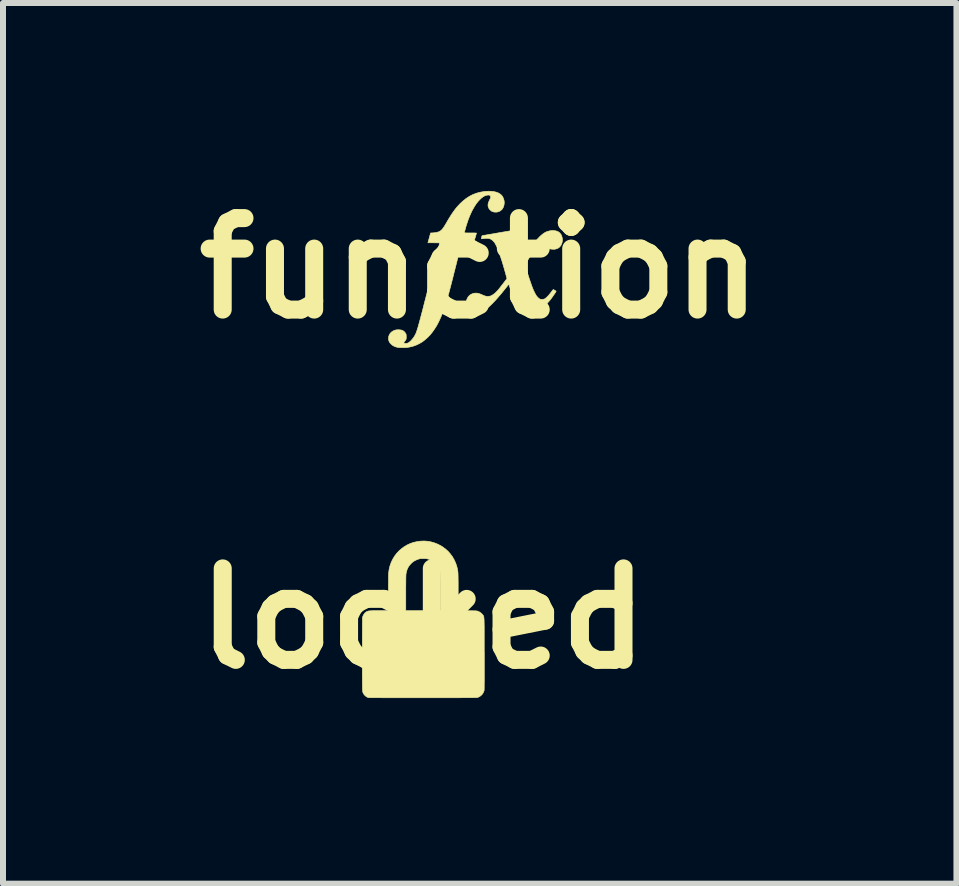
<source format=kicad_pcb>
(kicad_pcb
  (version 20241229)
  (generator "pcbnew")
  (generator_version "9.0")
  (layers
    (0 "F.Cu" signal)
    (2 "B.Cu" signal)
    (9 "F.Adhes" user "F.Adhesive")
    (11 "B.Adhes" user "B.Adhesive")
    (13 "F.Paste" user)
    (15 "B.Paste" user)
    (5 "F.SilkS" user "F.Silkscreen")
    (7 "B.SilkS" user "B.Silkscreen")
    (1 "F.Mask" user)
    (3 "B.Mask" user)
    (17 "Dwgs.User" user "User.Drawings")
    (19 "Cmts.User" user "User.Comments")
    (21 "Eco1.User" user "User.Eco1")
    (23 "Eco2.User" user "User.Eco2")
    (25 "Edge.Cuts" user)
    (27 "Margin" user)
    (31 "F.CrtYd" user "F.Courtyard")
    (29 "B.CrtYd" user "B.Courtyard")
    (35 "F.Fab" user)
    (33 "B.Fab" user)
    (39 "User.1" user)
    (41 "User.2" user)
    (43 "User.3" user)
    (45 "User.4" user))
  (footprint "function"
    (layer "F.Cu")
    (at 4.942 1.418)
    (property "Reference" "function" (at 0 0 0) (layer "F.SilkS") (effects (font (size 1.524 1.524) (thickness 0.3))))
    (attr through_hole)
    (fp_poly (pts (xy 0.194 -1.281) (xy 0.236 -1.276) (xy 0.274 -1.267) (xy 0.307 -1.255) (xy 0.335 -1.239) (xy 0.359 -1.22) (xy 0.369 -1.209) (xy 0.387 -1.181) (xy 0.399 -1.151) (xy 0.407 -1.12) (xy 0.409 -1.087) (xy 0.405 -1.054) (xy 0.396 -1.022) (xy 0.388 -1.006) (xy 0.374 -0.983) (xy 0.354 -0.964) (xy 0.332 -0.949) (xy 0.307 -0.939) (xy 0.28 -0.934) (xy 0.252 -0.934) (xy 0.225 -0.939) (xy 0.2 -0.949) (xy 0.186 -0.959) (xy 0.172 -0.972) (xy 0.159 -0.987) (xy 0.151 -1) (xy 0.142 -1.022) (xy 0.138 -1.044) (xy 0.139 -1.067) (xy 0.145 -1.092) (xy 0.156 -1.119) (xy 0.165 -1.139) (xy 0.173 -1.154) (xy 0.179 -1.166) (xy 0.182 -1.174) (xy 0.183 -1.181) (xy 0.183 -1.187) (xy 0.183 -1.189) (xy 0.179 -1.202) (xy 0.172 -1.21) (xy 0.165 -1.216) (xy 0.158 -1.218) (xy 0.147 -1.219) (xy 0.143 -1.219) (xy 0.116 -1.216) (xy 0.088 -1.207) (xy 0.06 -1.192) (xy 0.031 -1.171) (xy 0.002 -1.144) (xy -0.027 -1.113) (xy -0.056 -1.076) (xy -0.084 -1.034) (xy -0.111 -0.987) (xy -0.127 -0.959) (xy -0.148 -0.914) (xy -0.17 -0.864) (xy -0.191 -0.81) (xy -0.21 -0.754) (xy -0.228 -0.698) (xy -0.243 -0.642) (xy -0.246 -0.632) (xy -0.25 -0.618) (xy -0.253 -0.605) (xy -0.255 -0.596) (xy -0.256 -0.593) (xy -0.256 -0.591) (xy -0.255 -0.59) (xy -0.252 -0.589) (xy -0.247 -0.589) (xy -0.238 -0.588) (xy -0.226 -0.588) (xy -0.21 -0.587) (xy -0.188 -0.587) (xy -0.161 -0.587) (xy -0.156 -0.587) (xy -0.131 -0.587) (xy -0.109 -0.587) (xy -0.089 -0.587) (xy -0.073 -0.586) (xy -0.061 -0.586) (xy -0.055 -0.585) (xy -0.054 -0.585) (xy -0.055 -0.581) (xy -0.057 -0.572) (xy -0.061 -0.559) (xy -0.066 -0.543) (xy -0.071 -0.525) (xy -0.071 -0.525) (xy -0.077 -0.505) (xy -0.083 -0.486) (xy -0.088 -0.468) (xy -0.093 -0.453) (xy -0.095 -0.445) (xy -0.102 -0.422) (xy -0.202 -0.422) (xy -0.303 -0.421) (xy -0.402 -0.025) (xy -0.421 0.049) (xy -0.438 0.118) (xy -0.454 0.182) (xy -0.469 0.24) (xy -0.483 0.294) (xy -0.496 0.343) (xy -0.508 0.389) (xy -0.519 0.43) (xy -0.53 0.469) (xy -0.54 0.504) (xy -0.55 0.537) (xy -0.559 0.568) (xy -0.568 0.597) (xy -0.577 0.625) (xy -0.586 0.652) (xy -0.595 0.677) (xy -0.604 0.703) (xy -0.613 0.728) (xy -0.621 0.748) (xy -0.65 0.821) (xy -0.681 0.888) (xy -0.713 0.95) (xy -0.748 1.006) (xy -0.784 1.058) (xy -0.822 1.106) (xy -0.859 1.145) (xy -0.905 1.187) (xy -0.952 1.224) (xy -1.002 1.254) (xy -1.053 1.279) (xy -1.108 1.299) (xy -1.165 1.313) (xy -1.218 1.321) (xy -1.235 1.322) (xy -1.257 1.323) (xy -1.281 1.323) (xy -1.306 1.323) (xy -1.328 1.323) (xy -1.347 1.321) (xy -1.356 1.321) (xy -1.392 1.313) (xy -1.425 1.301) (xy -1.454 1.284) (xy -1.479 1.262) (xy -1.481 1.26) (xy -1.495 1.244) (xy -1.505 1.23) (xy -1.511 1.216) (xy -1.516 1.202) (xy -1.52 1.174) (xy -1.518 1.146) (xy -1.511 1.121) (xy -1.499 1.097) (xy -1.482 1.075) (xy -1.461 1.057) (xy -1.435 1.042) (xy -1.407 1.031) (xy -1.395 1.029) (xy -1.375 1.026) (xy -1.353 1.026) (xy -1.331 1.027) (xy -1.31 1.03) (xy -1.293 1.034) (xy -1.291 1.035) (xy -1.272 1.045) (xy -1.255 1.059) (xy -1.24 1.077) (xy -1.232 1.091) (xy -1.228 1.098) (xy -1.226 1.106) (xy -1.225 1.115) (xy -1.224 1.126) (xy -1.224 1.143) (xy -1.224 1.161) (xy -1.225 1.175) (xy -1.228 1.186) (xy -1.233 1.196) (xy -1.24 1.206) (xy -1.249 1.216) (xy -1.258 1.227) (xy -1.262 1.234) (xy -1.263 1.24) (xy -1.259 1.246) (xy -1.257 1.248) (xy -1.252 1.252) (xy -1.247 1.254) (xy -1.239 1.254) (xy -1.228 1.253) (xy -1.21 1.251) (xy -1.193 1.245) (xy -1.177 1.236) (xy -1.161 1.222) (xy -1.147 1.209) (xy -1.128 1.188) (xy -1.112 1.168) (xy -1.098 1.149) (xy -1.084 1.127) (xy -1.08 1.12) (xy -1.077 1.113) (xy -1.073 1.107) (xy -1.07 1.1) (xy -1.066 1.093) (xy -1.063 1.085) (xy -1.059 1.076) (xy -1.055 1.066) (xy -1.051 1.054) (xy -1.047 1.041) (xy -1.042 1.027) (xy -1.037 1.01) (xy -1.031 0.992) (xy -1.025 0.971) (xy -1.019 0.948) (xy -1.011 0.922) (xy -1.004 0.894) (xy -0.995 0.862) (xy -0.986 0.828) (xy -0.976 0.79) (xy -0.965 0.748) (xy -0.953 0.703) (xy -0.94 0.654) (xy -0.927 0.601) (xy -0.912 0.543) (xy -0.896 0.481) (xy -0.879 0.415) (xy -0.861 0.343) (xy -0.842 0.267) (xy -0.821 0.185) (xy -0.799 0.098) (xy -0.775 0.006) (xy -0.751 -0.093) (xy -0.724 -0.197) (xy -0.721 -0.211) (xy -0.712 -0.245) (xy -0.704 -0.279) (xy -0.696 -0.309) (xy -0.689 -0.337) (xy -0.682 -0.362) (xy -0.677 -0.383) (xy -0.673 -0.399) (xy -0.67 -0.411) (xy -0.668 -0.417) (xy -0.668 -0.418) (xy -0.668 -0.419) (xy -0.671 -0.42) (xy -0.676 -0.421) (xy -0.685 -0.422) (xy -0.697 -0.422) (xy -0.714 -0.422) (xy -0.737 -0.423) (xy -0.764 -0.423) (xy -0.863 -0.424) (xy -0.818 -0.587) (xy -0.798 -0.587) (xy -0.786 -0.588) (xy -0.771 -0.589) (xy -0.754 -0.591) (xy -0.743 -0.592) (xy -0.719 -0.596) (xy -0.697 -0.602) (xy -0.678 -0.608) (xy -0.661 -0.617) (xy -0.645 -0.629) (xy -0.629 -0.644) (xy -0.613 -0.663) (xy -0.597 -0.686) (xy -0.58 -0.713) (xy -0.56 -0.746) (xy -0.556 -0.754) (xy -0.525 -0.807) (xy -0.496 -0.854) (xy -0.469 -0.897) (xy -0.443 -0.935) (xy -0.417 -0.971) (xy -0.391 -1.004) (xy -0.364 -1.035) (xy -0.336 -1.065) (xy -0.329 -1.073) (xy -0.279 -1.119) (xy -0.228 -1.16) (xy -0.175 -1.195) (xy -0.12 -1.224) (xy -0.062 -1.247) (xy -0.002 -1.264) (xy 0.06 -1.275) (xy 0.098 -1.28) (xy 0.148 -1.282) (xy 0.194 -1.281)) (stroke (width 0.01) (type solid)) (fill yes) (layer "F.SilkS"))
    (fp_poly (pts (xy 1.256 -0.624) (xy 1.285 -0.617) (xy 1.308 -0.607) (xy 1.327 -0.593) (xy 1.334 -0.587) (xy 1.352 -0.565) (xy 1.365 -0.539) (xy 1.373 -0.512) (xy 1.377 -0.484) (xy 1.377 -0.455) (xy 1.372 -0.427) (xy 1.363 -0.401) (xy 1.35 -0.376) (xy 1.333 -0.355) (xy 1.312 -0.338) (xy 1.299 -0.331) (xy 1.28 -0.323) (xy 1.26 -0.318) (xy 1.238 -0.315) (xy 1.213 -0.316) (xy 1.184 -0.319) (xy 1.151 -0.326) (xy 1.122 -0.332) (xy 1.102 -0.337) (xy 1.085 -0.341) (xy 1.071 -0.343) (xy 1.057 -0.344) (xy 1.042 -0.344) (xy 1.041 -0.344) (xy 1.026 -0.344) (xy 1.014 -0.343) (xy 1.005 -0.342) (xy 0.995 -0.339) (xy 0.984 -0.334) (xy 0.961 -0.322) (xy 0.938 -0.306) (xy 0.914 -0.286) (xy 0.891 -0.262) (xy 0.866 -0.232) (xy 0.841 -0.198) (xy 0.815 -0.158) (xy 0.787 -0.112) (xy 0.779 -0.098) (xy 0.756 -0.057) (xy 0.769 -0.012) (xy 0.791 0.064) (xy 0.812 0.134) (xy 0.833 0.197) (xy 0.853 0.255) (xy 0.871 0.306) (xy 0.889 0.352) (xy 0.907 0.391) (xy 0.923 0.423) (xy 0.938 0.45) (xy 0.943 0.457) (xy 0.954 0.471) (xy 0.967 0.486) (xy 0.981 0.499) (xy 0.994 0.509) (xy 1 0.513) (xy 1.012 0.517) (xy 1.028 0.519) (xy 1.046 0.519) (xy 1.063 0.517) (xy 1.078 0.513) (xy 1.08 0.512) (xy 1.095 0.503) (xy 1.111 0.489) (xy 1.131 0.47) (xy 1.152 0.447) (xy 1.175 0.419) (xy 1.199 0.387) (xy 1.205 0.379) (xy 1.213 0.369) (xy 1.22 0.361) (xy 1.225 0.356) (xy 1.227 0.355) (xy 1.231 0.357) (xy 1.239 0.362) (xy 1.249 0.368) (xy 1.258 0.374) (xy 1.267 0.379) (xy 1.272 0.383) (xy 1.273 0.384) (xy 1.271 0.388) (xy 1.267 0.396) (xy 1.259 0.408) (xy 1.25 0.422) (xy 1.239 0.438) (xy 1.227 0.455) (xy 1.216 0.472) (xy 1.204 0.488) (xy 1.193 0.503) (xy 1.185 0.514) (xy 1.165 0.539) (xy 1.142 0.566) (xy 1.118 0.592) (xy 1.093 0.616) (xy 1.069 0.638) (xy 1.048 0.656) (xy 1.044 0.659) (xy 1.021 0.675) (xy 0.995 0.691) (xy 0.968 0.704) (xy 0.941 0.716) (xy 0.918 0.724) (xy 0.916 0.724) (xy 0.893 0.729) (xy 0.866 0.731) (xy 0.838 0.732) (xy 0.81 0.73) (xy 0.785 0.726) (xy 0.784 0.726) (xy 0.749 0.715) (xy 0.715 0.699) (xy 0.684 0.678) (xy 0.672 0.667) (xy 0.653 0.648) (xy 0.637 0.629) (xy 0.623 0.609) (xy 0.609 0.586) (xy 0.595 0.559) (xy 0.594 0.557) (xy 0.584 0.538) (xy 0.576 0.519) (xy 0.567 0.499) (xy 0.558 0.478) (xy 0.549 0.454) (xy 0.54 0.428) (xy 0.529 0.397) (xy 0.516 0.361) (xy 0.513 0.351) (xy 0.484 0.266) (xy 0.451 0.309) (xy 0.401 0.371) (xy 0.354 0.429) (xy 0.309 0.481) (xy 0.268 0.528) (xy 0.229 0.569) (xy 0.194 0.605) (xy 0.161 0.636) (xy 0.132 0.661) (xy 0.105 0.681) (xy 0.099 0.685) (xy 0.066 0.704) (xy 0.034 0.718) (xy 0.000347 0.727) (xy -0.036 0.731) (xy -0.054 0.732) (xy -0.077 0.732) (xy -0.095 0.732) (xy -0.11 0.73) (xy -0.115 0.729) (xy -0.144 0.718) (xy -0.168 0.703) (xy -0.189 0.683) (xy -0.206 0.66) (xy -0.217 0.632) (xy -0.224 0.601) (xy -0.224 0.594) (xy -0.224 0.561) (xy -0.218 0.53) (xy -0.207 0.502) (xy -0.192 0.477) (xy -0.172 0.455) (xy -0.149 0.438) (xy -0.122 0.425) (xy -0.093 0.417) (xy -0.065 0.415) (xy -0.045 0.416) (xy -0.026 0.419) (xy -0.006 0.425) (xy 0.017 0.433) (xy 0.034 0.441) (xy 0.058 0.451) (xy 0.077 0.459) (xy 0.093 0.464) (xy 0.107 0.468) (xy 0.121 0.469) (xy 0.136 0.47) (xy 0.141 0.469) (xy 0.157 0.468) (xy 0.169 0.466) (xy 0.18 0.463) (xy 0.192 0.458) (xy 0.207 0.45) (xy 0.221 0.441) (xy 0.236 0.431) (xy 0.251 0.419) (xy 0.267 0.405) (xy 0.283 0.388) (xy 0.302 0.368) (xy 0.322 0.344) (xy 0.344 0.316) (xy 0.369 0.284) (xy 0.397 0.248) (xy 0.406 0.236) (xy 0.454 0.173) (xy 0.432 0.092) (xy 0.411 0.017) (xy 0.391 -0.052) (xy 0.372 -0.115) (xy 0.353 -0.172) (xy 0.336 -0.224) (xy 0.32 -0.27) (xy 0.304 -0.311) (xy 0.289 -0.347) (xy 0.274 -0.379) (xy 0.26 -0.405) (xy 0.25 -0.423) (xy 0.239 -0.437) (xy 0.226 -0.451) (xy 0.212 -0.465) (xy 0.198 -0.476) (xy 0.188 -0.482) (xy 0.168 -0.491) (xy 0.146 -0.496) (xy 0.122 -0.498) (xy 0.094 -0.497) (xy 0.064 -0.494) (xy 0.051 -0.492) (xy 0.039 -0.49) (xy 0.032 -0.49) (xy 0.029 -0.49) (xy 0.029 -0.494) (xy 0.03 -0.502) (xy 0.032 -0.512) (xy 0.034 -0.524) (xy 0.036 -0.533) (xy 0.037 -0.537) (xy 0.041 -0.541) (xy 0.05 -0.544) (xy 0.05 -0.544) (xy 0.055 -0.545) (xy 0.065 -0.546) (xy 0.08 -0.549) (xy 0.1 -0.552) (xy 0.123 -0.556) (xy 0.15 -0.561) (xy 0.18 -0.566) (xy 0.212 -0.571) (xy 0.245 -0.577) (xy 0.279 -0.583) (xy 0.314 -0.589) (xy 0.348 -0.595) (xy 0.382 -0.601) (xy 0.414 -0.606) (xy 0.444 -0.611) (xy 0.472 -0.616) (xy 0.496 -0.62) (xy 0.517 -0.624) (xy 0.52 -0.624) (xy 0.525 -0.625) (xy 0.529 -0.623) (xy 0.534 -0.619) (xy 0.54 -0.61) (xy 0.542 -0.608) (xy 0.555 -0.586) (xy 0.57 -0.56) (xy 0.585 -0.531) (xy 0.601 -0.502) (xy 0.615 -0.473) (xy 0.627 -0.446) (xy 0.628 -0.444) (xy 0.64 -0.416) (xy 0.653 -0.384) (xy 0.665 -0.35) (xy 0.678 -0.314) (xy 0.689 -0.278) (xy 0.699 -0.245) (xy 0.707 -0.215) (xy 0.708 -0.21) (xy 0.712 -0.194) (xy 0.716 -0.18) (xy 0.719 -0.17) (xy 0.72 -0.165) (xy 0.721 -0.164) (xy 0.723 -0.166) (xy 0.728 -0.172) (xy 0.735 -0.181) (xy 0.744 -0.193) (xy 0.744 -0.194) (xy 0.79 -0.261) (xy 0.833 -0.323) (xy 0.874 -0.378) (xy 0.912 -0.427) (xy 0.949 -0.471) (xy 0.983 -0.508) (xy 1.015 -0.54) (xy 1.045 -0.565) (xy 1.073 -0.585) (xy 1.082 -0.591) (xy 1.116 -0.608) (xy 1.152 -0.619) (xy 1.189 -0.626) (xy 1.225 -0.628) (xy 1.256 -0.624)) (stroke (width 0.01) (type solid)) (fill yes) (layer "F.SilkS")))
  (footprint "locked"
    (layer "F.Cu")
    (at 3.999 7.254)
    (property "Reference" "locked" (at 0 0 0) (layer "F.SilkS") (effects (font (size 1.524 1.524) (thickness 0.3))))
    (attr through_hole)
    (fp_poly (pts (xy 0.073 -1.287) (xy 0.13 -1.277) (xy 0.186 -1.261) (xy 0.24 -1.24) (xy 0.292 -1.214) (xy 0.324 -1.194) (xy 0.373 -1.158) (xy 0.417 -1.118) (xy 0.456 -1.073) (xy 0.491 -1.025) (xy 0.52 -0.973) (xy 0.544 -0.919) (xy 0.563 -0.862) (xy 0.576 -0.803) (xy 0.581 -0.762) (xy 0.581 -0.752) (xy 0.582 -0.736) (xy 0.582 -0.714) (xy 0.583 -0.687) (xy 0.583 -0.654) (xy 0.584 -0.617) (xy 0.584 -0.574) (xy 0.584 -0.528) (xy 0.584 -0.477) (xy 0.584 -0.428) (xy 0.584 -0.13) (xy 0.737 -0.129) (xy 0.773 -0.129) (xy 0.802 -0.129) (xy 0.826 -0.129) (xy 0.846 -0.128) (xy 0.862 -0.128) (xy 0.875 -0.128) (xy 0.884 -0.127) (xy 0.892 -0.126) (xy 0.898 -0.125) (xy 0.903 -0.124) (xy 0.908 -0.122) (xy 0.912 -0.121) (xy 0.941 -0.108) (xy 0.966 -0.09) (xy 0.988 -0.068) (xy 0.989 -0.066) (xy 0.993 -0.061) (xy 0.996 -0.058) (xy 0.999 -0.055) (xy 1.001 -0.051) (xy 1.004 -0.048) (xy 1.006 -0.044) (xy 1.008 -0.04) (xy 1.009 -0.035) (xy 1.011 -0.028) (xy 1.012 -0.02) (xy 1.013 -0.01) (xy 1.014 0.002) (xy 1.015 0.017) (xy 1.016 0.034) (xy 1.016 0.054) (xy 1.017 0.077) (xy 1.017 0.104) (xy 1.018 0.134) (xy 1.018 0.168) (xy 1.018 0.207) (xy 1.018 0.25) (xy 1.018 0.298) (xy 1.018 0.351) (xy 1.018 0.41) (xy 1.018 0.474) (xy 1.018 0.544) (xy 1.019 0.586) (xy 1.019 0.664) (xy 1.019 0.735) (xy 1.019 0.801) (xy 1.019 0.861) (xy 1.019 0.915) (xy 1.019 0.964) (xy 1.019 1.008) (xy 1.019 1.047) (xy 1.018 1.08) (xy 1.018 1.11) (xy 1.018 1.135) (xy 1.018 1.155) (xy 1.017 1.172) (xy 1.017 1.184) (xy 1.017 1.193) (xy 1.016 1.199) (xy 1.016 1.2) (xy 1.007 1.226) (xy 0.993 1.251) (xy 0.975 1.273) (xy 0.953 1.292) (xy 0.928 1.307) (xy 0.902 1.317) (xy 0.899 1.317) (xy 0.894 1.318) (xy 0.884 1.318) (xy 0.868 1.318) (xy 0.846 1.318) (xy 0.819 1.319) (xy 0.788 1.319) (xy 0.752 1.319) (xy 0.712 1.319) (xy 0.668 1.319) (xy 0.621 1.32) (xy 0.57 1.32) (xy 0.516 1.32) (xy 0.46 1.32) (xy 0.401 1.32) (xy 0.341 1.32) (xy 0.279 1.32) (xy 0.215 1.32) (xy 0.151 1.32) (xy 0.085 1.32) (xy 0.019 1.32) (xy -0.047 1.32) (xy -0.112 1.32) (xy -0.178 1.32) (xy -0.242 1.32) (xy -0.305 1.32) (xy -0.367 1.32) (xy -0.427 1.32) (xy -0.485 1.32) (xy -0.541 1.32) (xy -0.594 1.32) (xy -0.644 1.32) (xy -0.691 1.32) (xy -0.734 1.319) (xy -0.773 1.319) (xy -0.808 1.319) (xy -0.838 1.319) (xy -0.863 1.319) (xy -0.884 1.318) (xy -0.899 1.318) (xy -0.908 1.318) (xy -0.91 1.318) (xy -0.932 1.31) (xy -0.954 1.296) (xy -0.973 1.279) (xy -0.989 1.259) (xy -0.995 1.248) (xy -0.997 1.244) (xy -0.999 1.24) (xy -1.001 1.237) (xy -1.003 1.233) (xy -1.004 1.228) (xy -1.005 1.223) (xy -1.006 1.217) (xy -1.007 1.21) (xy -1.008 1.2) (xy -1.009 1.189) (xy -1.01 1.176) (xy -1.011 1.161) (xy -1.011 1.142) (xy -1.011 1.121) (xy -1.012 1.097) (xy -1.012 1.069) (xy -1.012 1.037) (xy -1.012 1.001) (xy -1.013 0.961) (xy -1.013 0.916) (xy -1.013 0.866) (xy -1.013 0.811) (xy -1.013 0.75) (xy -1.013 0.684) (xy -1.013 0.612) (xy -1.013 0.595) (xy -1.013 0.512) (xy -1.013 0.435) (xy -1.013 0.364) (xy -1.013 0.299) (xy -1.012 0.24) (xy -1.012 0.187) (xy -1.012 0.139) (xy -1.012 0.099) (xy -1.011 0.064) (xy -1.011 0.035) (xy -1.011 0.013) (xy -1.01 -0.003) (xy -1.01 -0.013) (xy -1.01 -0.016) (xy -1.002 -0.041) (xy -0.99 -0.065) (xy -0.975 -0.087) (xy -0.956 -0.104) (xy -0.944 -0.112) (xy -0.936 -0.116) (xy -0.929 -0.119) (xy -0.921 -0.122) (xy -0.913 -0.124) (xy -0.903 -0.126) (xy -0.891 -0.127) (xy -0.876 -0.128) (xy -0.858 -0.129) (xy -0.836 -0.13) (xy -0.809 -0.13) (xy -0.778 -0.13) (xy -0.74 -0.13) (xy -0.733 -0.13) (xy -0.578 -0.13) (xy -0.289 -0.13) (xy 0.295 -0.13) (xy 0.295 -0.414) (xy 0.295 -0.461) (xy 0.295 -0.507) (xy 0.295 -0.549) (xy 0.295 -0.588) (xy 0.294 -0.624) (xy 0.294 -0.655) (xy 0.294 -0.682) (xy 0.293 -0.703) (xy 0.293 -0.719) (xy 0.292 -0.729) (xy 0.292 -0.731) (xy 0.285 -0.774) (xy 0.274 -0.813) (xy 0.257 -0.849) (xy 0.235 -0.883) (xy 0.208 -0.915) (xy 0.207 -0.915) (xy 0.176 -0.943) (xy 0.142 -0.965) (xy 0.104 -0.983) (xy 0.084 -0.99) (xy 0.072 -0.993) (xy 0.063 -0.995) (xy 0.053 -0.997) (xy 0.042 -0.998) (xy 0.027 -0.998) (xy 0.008 -0.998) (xy 0.003 -0.998) (xy -0.017 -0.998) (xy -0.032 -0.998) (xy -0.044 -0.997) (xy -0.054 -0.996) (xy -0.064 -0.993) (xy -0.074 -0.99) (xy -0.077 -0.99) (xy -0.117 -0.974) (xy -0.153 -0.955) (xy -0.186 -0.93) (xy -0.201 -0.915) (xy -0.229 -0.884) (xy -0.251 -0.85) (xy -0.267 -0.814) (xy -0.279 -0.775) (xy -0.286 -0.732) (xy -0.286 -0.731) (xy -0.286 -0.722) (xy -0.287 -0.707) (xy -0.287 -0.687) (xy -0.288 -0.661) (xy -0.288 -0.631) (xy -0.288 -0.596) (xy -0.289 -0.558) (xy -0.289 -0.516) (xy -0.289 -0.471) (xy -0.289 -0.424) (xy -0.289 -0.414) (xy -0.289 -0.13) (xy -0.578 -0.13) (xy -0.578 -0.428) (xy -0.578 -0.482) (xy -0.578 -0.532) (xy -0.577 -0.579) (xy -0.577 -0.62) (xy -0.577 -0.657) (xy -0.577 -0.69) (xy -0.576 -0.716) (xy -0.576 -0.738) (xy -0.575 -0.753) (xy -0.574 -0.762) (xy -0.566 -0.822) (xy -0.551 -0.881) (xy -0.531 -0.937) (xy -0.505 -0.99) (xy -0.474 -1.041) (xy -0.438 -1.088) (xy -0.397 -1.131) (xy -0.351 -1.17) (xy -0.318 -1.194) (xy -0.266 -1.225) (xy -0.212 -1.25) (xy -0.155 -1.269) (xy -0.095 -1.282) (xy -0.04 -1.289) (xy 0.016 -1.291) (xy 0.073 -1.287)) (stroke (width 0.01) (type solid)) (fill yes) (layer "F.SilkS")))
  (gr_rect
    (start -3 -3)
    (end 12.884 11.672)
    (stroke (width 0.1) (type default))
    (fill no)
    (layer "Edge.Cuts")))
</source>
